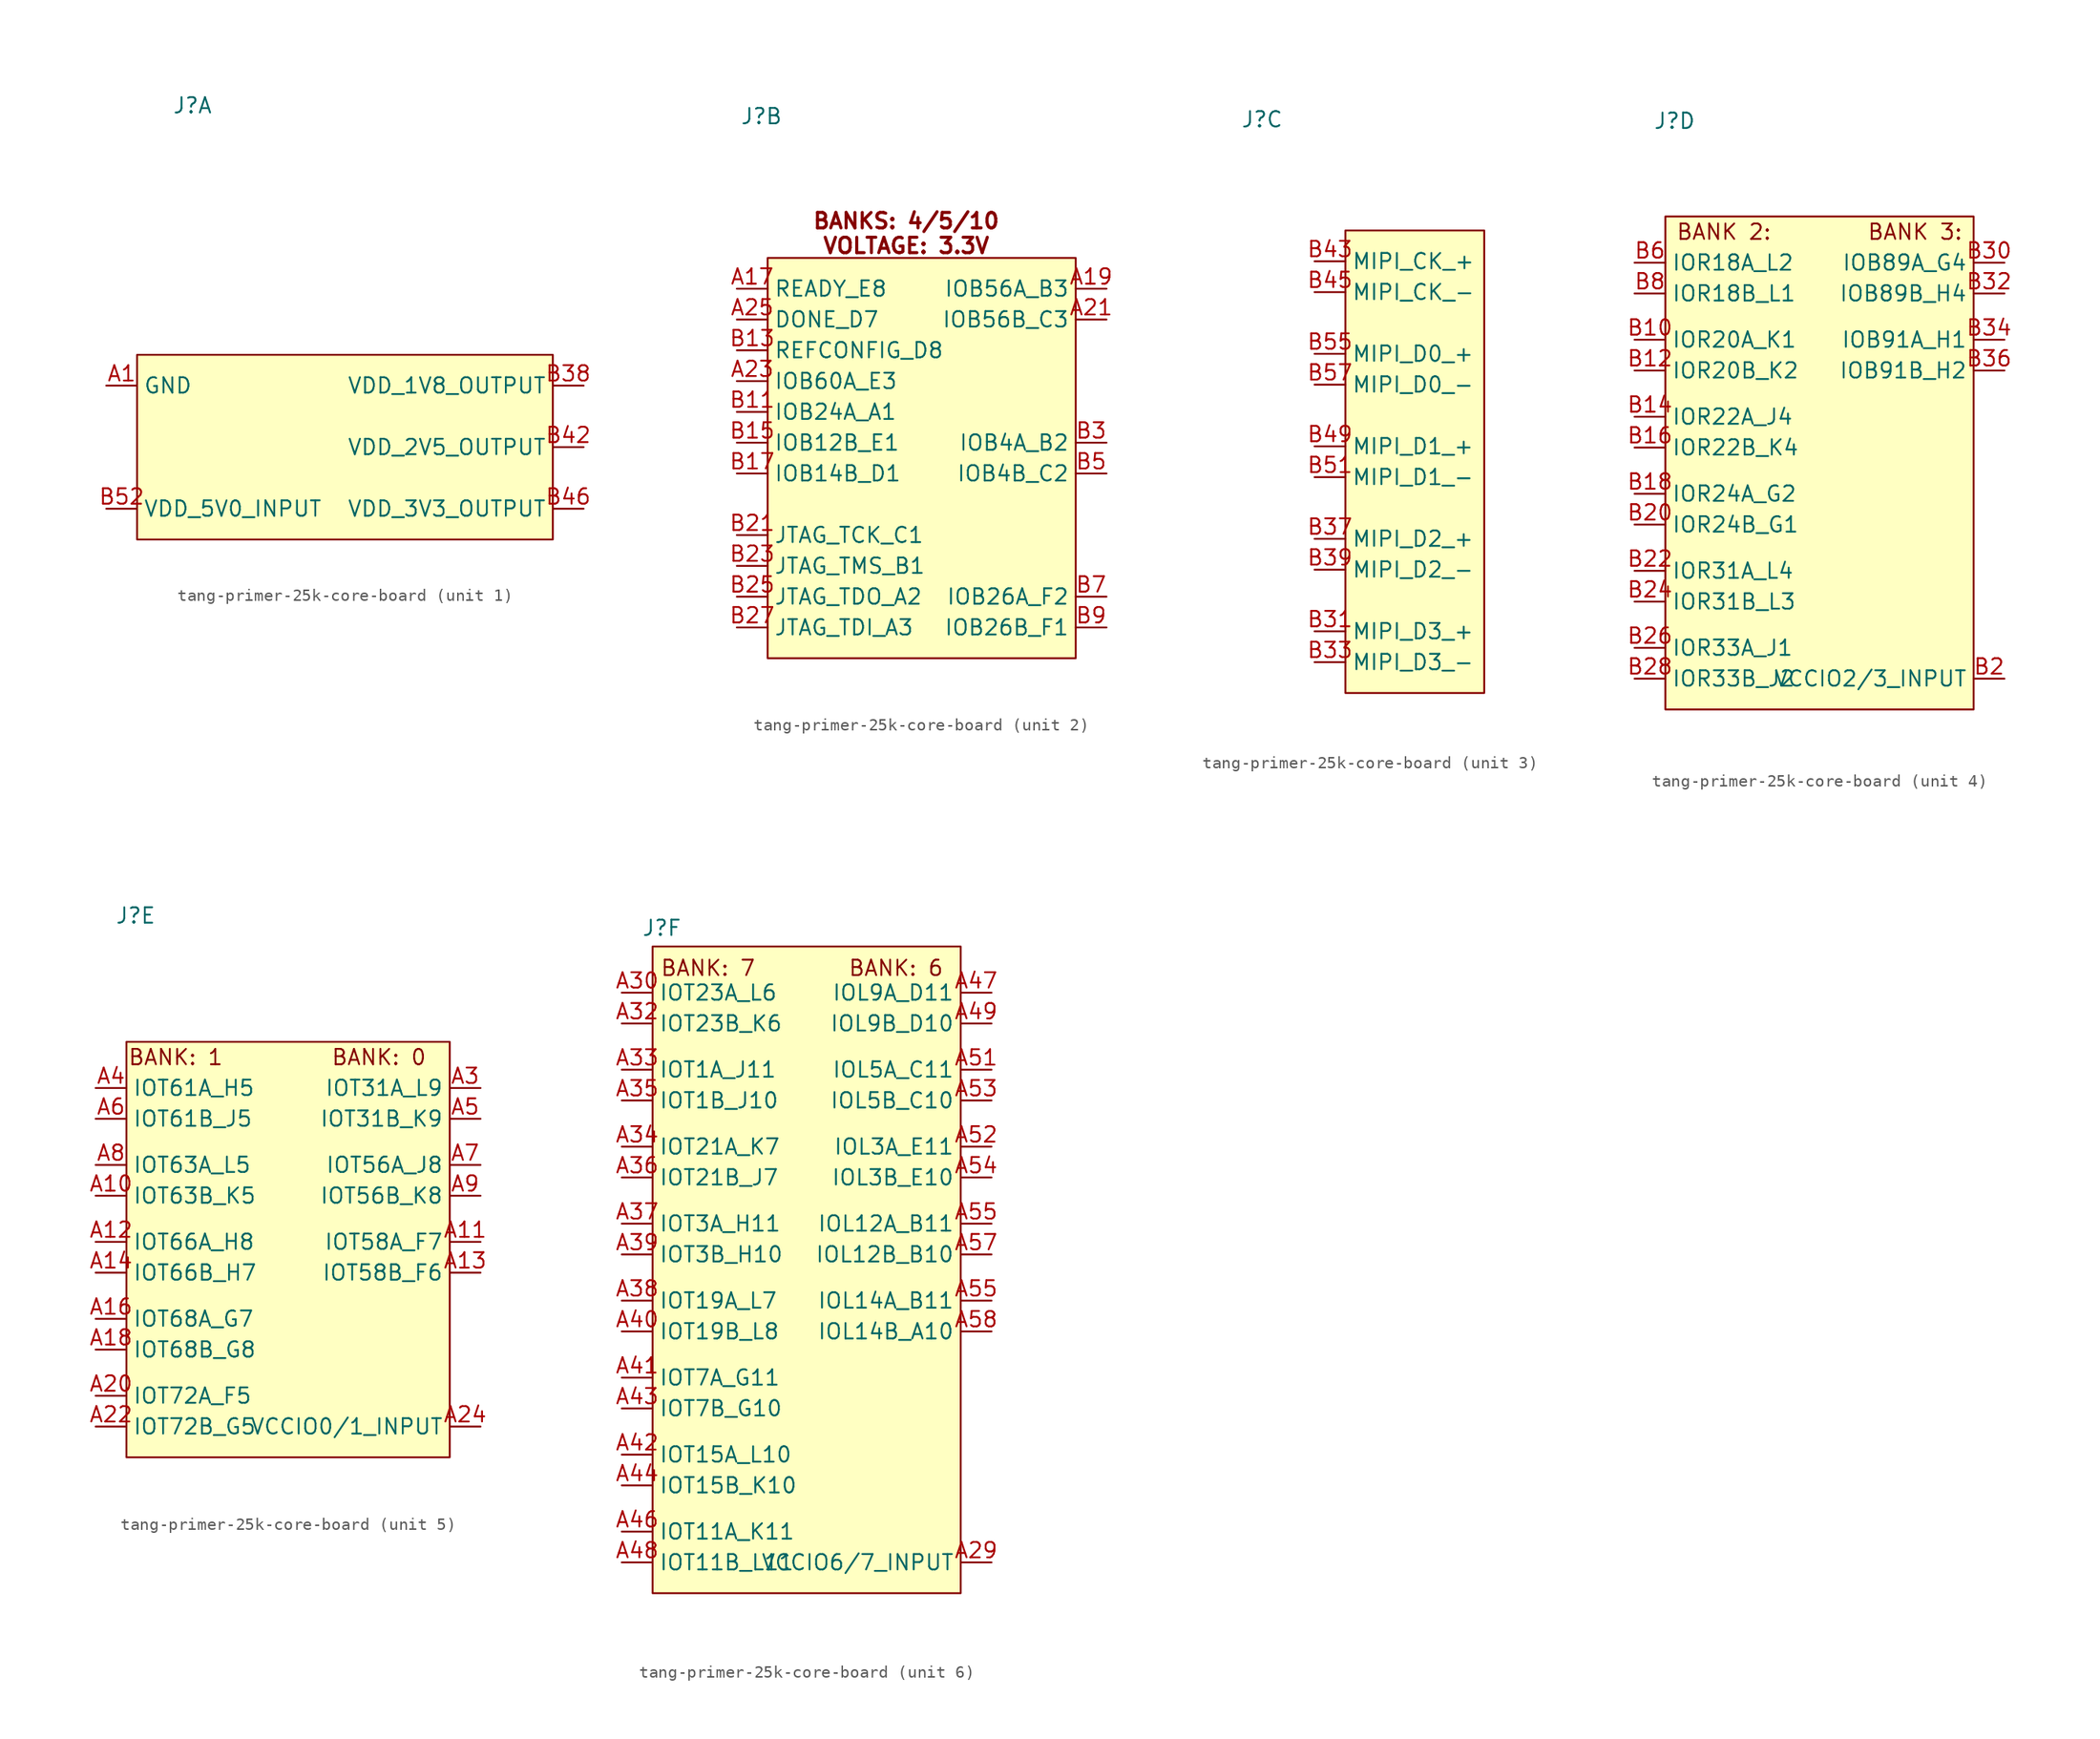
<source format=kicad_sym>
(kicad_symbol_lib
  (version 20241209)
  (generator "kicad_symbol_editor")
  (generator_version "9.0")
  (symbol "tang-primer-25k-core-board"
    (property "Reference" "J"
      (at -11.938 28.194 0)
      (effects (font (size 1.27 1.27))))
    (property "Value" ""
      (at 0 0 0)
      (effects (font (size 1.27 1.27))))
    (property "ki_locked" ""
      (at 0 0 0)
      (effects (font (size 1.27 1.27))))
    (symbol "tang-primer-25k-core-board_1_1"
      (rectangle (start -16.51 7.62) (end 17.78 -7.62) (stroke (width 0) (type solid)) (fill (type background)))
      (pin power_in line (at -19.05 5.08 0) (length 2.54) (name "GND" (effects (font (size 1.27 1.27)))) (number "A1" (effects (font (size 1.27 1.27)))))
      (pin power_in line (at -19.05 5.08 0) (length 2.54) (hide yes) (name "GND" (effects (font (size 1.27 1.27)))) (number "A15" (effects (font (size 1.27 1.27)))))
      (pin power_in line (at -19.05 5.08 0) (length 2.54) (hide yes) (name "GND" (effects (font (size 1.27 1.27)))) (number "A2" (effects (font (size 1.27 1.27)))))
      (pin power_in line (at -19.05 5.08 0) (length 2.54) (hide yes) (name "GND" (effects (font (size 1.27 1.27)))) (number "A27" (effects (font (size 1.27 1.27)))))
      (pin power_in line (at -19.05 5.08 0) (length 2.54) (hide yes) (name "GND" (effects (font (size 1.27 1.27)))) (number "A28" (effects (font (size 1.27 1.27)))))
      (pin power_in line (at -19.05 5.08 0) (length 2.54) (hide yes) (name "GND" (effects (font (size 1.27 1.27)))) (number "A45" (effects (font (size 1.27 1.27)))))
      (pin power_in line (at -19.05 5.08 0) (length 2.54) (hide yes) (name "GND" (effects (font (size 1.27 1.27)))) (number "A50" (effects (font (size 1.27 1.27)))))
      (pin power_in line (at -19.05 5.08 0) (length 2.54) (hide yes) (name "GND" (effects (font (size 1.27 1.27)))) (number "A59" (effects (font (size 1.27 1.27)))))
      (pin power_in line (at -19.05 5.08 0) (length 2.54) (hide yes) (name "GND" (effects (font (size 1.27 1.27)))) (number "A60" (effects (font (size 1.27 1.27)))))
      (pin power_in line (at -19.05 5.08 0) (length 2.54) (hide yes) (name "GND" (effects (font (size 1.27 1.27)))) (number "B1" (effects (font (size 1.27 1.27)))))
      (pin power_in line (at -19.05 5.08 0) (length 2.54) (hide yes) (name "GND" (effects (font (size 1.27 1.27)))) (number "B19" (effects (font (size 1.27 1.27)))))
      (pin power_in line (at -19.05 5.08 0) (length 2.54) (hide yes) (name "GND" (effects (font (size 1.27 1.27)))) (number "B29" (effects (font (size 1.27 1.27)))))
      (pin power_in line (at -19.05 5.08 0) (length 2.54) (hide yes) (name "GND" (effects (font (size 1.27 1.27)))) (number "B35" (effects (font (size 1.27 1.27)))))
      (pin power_in line (at -19.05 5.08 0) (length 2.54) (hide yes) (name "GND" (effects (font (size 1.27 1.27)))) (number "B41" (effects (font (size 1.27 1.27)))))
      (pin power_in line (at -19.05 5.08 0) (length 2.54) (hide yes) (name "GND" (effects (font (size 1.27 1.27)))) (number "B47" (effects (font (size 1.27 1.27)))))
      (pin power_in line (at -19.05 5.08 0) (length 2.54) (hide yes) (name "GND" (effects (font (size 1.27 1.27)))) (number "B53" (effects (font (size 1.27 1.27)))))
      (pin power_in line (at -19.05 5.08 0) (length 2.54) (hide yes) (name "GND" (effects (font (size 1.27 1.27)))) (number "B59" (effects (font (size 1.27 1.27)))))
      (pin power_in line (at -19.05 -5.08 0) (length 2.54) (name "VDD_5V0_INPUT" (effects (font (size 1.27 1.27)))) (number "B52" (effects (font (size 1.27 1.27)))))
      (pin power_in line (at -19.05 -5.08 0) (length 2.54) (hide yes) (name "VDD_5V0_INPUT" (effects (font (size 1.27 1.27)))) (number "B54" (effects (font (size 1.27 1.27)))))
      (pin power_in line (at -19.05 -5.08 0) (length 2.54) (hide yes) (name "VDD_5V0_INPUT" (effects (font (size 1.27 1.27)))) (number "B56" (effects (font (size 1.27 1.27)))))
      (pin power_in line (at -19.05 -5.08 0) (length 2.54) (hide yes) (name "VDD_5V0_INPUT" (effects (font (size 1.27 1.27)))) (number "B58" (effects (font (size 1.27 1.27)))))
      (pin power_in line (at -19.05 -5.08 0) (length 2.54) (hide yes) (name "VDD_5V0_INPUT" (effects (font (size 1.27 1.27)))) (number "B60" (effects (font (size 1.27 1.27)))))
      (pin power_out line (at 20.32 5.08 180) (length 2.54) (name "VDD_1V8_OUTPUT" (effects (font (size 1.27 1.27)))) (number "B38" (effects (font (size 1.27 1.27)))))
      (pin power_out line (at 20.32 5.08 180) (length 2.54) (hide yes) (name "VDD_1V8_OUTPUT" (effects (font (size 1.27 1.27)))) (number "B40" (effects (font (size 1.27 1.27)))))
      (pin power_out line (at 20.32 0 180) (length 2.54) (name "VDD_2V5_OUTPUT" (effects (font (size 1.27 1.27)))) (number "B42" (effects (font (size 1.27 1.27)))))
      (pin power_out line (at 20.32 0 180) (length 2.54) (hide yes) (name "VDD_2V5_OUTPUT" (effects (font (size 1.27 1.27)))) (number "B44" (effects (font (size 1.27 1.27)))))
      (pin power_out line (at 20.32 -5.08 180) (length 2.54) (name "VDD_3V3_OUTPUT" (effects (font (size 1.27 1.27)))) (number "B46" (effects (font (size 1.27 1.27)))))
      (pin power_out line (at 20.32 -5.08 180) (length 2.54) (hide yes) (name "VDD_3V3_OUTPUT" (effects (font (size 1.27 1.27)))) (number "B48" (effects (font (size 1.27 1.27)))))
      (pin power_out line (at 20.32 -5.08 180) (length 2.54) (hide yes) (name "VDD_3V3_OUTPUT" (effects (font (size 1.27 1.27)))) (number "B50" (effects (font (size 1.27 1.27))))))
    (symbol "tang-primer-25k-core-board_2_1"
      (rectangle (start -11.43 16.51) (end 13.97 -16.51) (stroke (width 0) (type solid)) (fill (type background)))
      (text "BANKS: 4/5/10\nVOLTAGE: 3.3V" (at 0 18.542 0) (effects (font (size 1.27 1.27) (thickness 0.254) (bold yes))))
      (pin bidirectional line (at -13.97 13.97 0) (length 2.54) (name "READY_E8" (effects (font (size 1.27 1.27)))) (number "A17" (effects (font (size 1.27 1.27)))))
      (pin bidirectional line (at -13.97 11.43 0) (length 2.54) (name "DONE_D7" (effects (font (size 1.27 1.27)))) (number "A25" (effects (font (size 1.27 1.27)))))
      (pin bidirectional line (at -13.97 8.89 0) (length 2.54) (name "REFCONFIG_D8" (effects (font (size 1.27 1.27)))) (number "B13" (effects (font (size 1.27 1.27)))))
      (pin bidirectional line (at -13.97 6.35 0) (length 2.54) (name "IOB60A_E3" (effects (font (size 1.27 1.27)))) (number "A23" (effects (font (size 1.27 1.27)))))
      (pin bidirectional line (at -13.97 3.81 0) (length 2.54) (name "IOB24A_A1" (effects (font (size 1.27 1.27)))) (number "B11" (effects (font (size 1.27 1.27)))))
      (pin bidirectional line (at -13.97 1.27 0) (length 2.54) (name "IOB12B_E1" (effects (font (size 1.27 1.27)))) (number "B15" (effects (font (size 1.27 1.27)))))
      (pin bidirectional line (at -13.97 -1.27 0) (length 2.54) (name "IOB14B_D1" (effects (font (size 1.27 1.27)))) (number "B17" (effects (font (size 1.27 1.27)))))
      (pin bidirectional line (at -13.97 -6.35 0) (length 2.54) (name "JTAG_TCK_C1" (effects (font (size 1.27 1.27)))) (number "B21" (effects (font (size 1.27 1.27)))))
      (pin bidirectional line (at -13.97 -8.89 0) (length 2.54) (name "JTAG_TMS_B1" (effects (font (size 1.27 1.27)))) (number "B23" (effects (font (size 1.27 1.27)))))
      (pin bidirectional line (at -13.97 -11.43 0) (length 2.54) (name "JTAG_TDO_A2" (effects (font (size 1.27 1.27)))) (number "B25" (effects (font (size 1.27 1.27)))))
      (pin bidirectional line (at -13.97 -13.97 0) (length 2.54) (name "JTAG_TDI_A3" (effects (font (size 1.27 1.27)))) (number "B27" (effects (font (size 1.27 1.27)))))
      (pin bidirectional line (at 16.51 13.97 180) (length 2.54) (name "IOB56A_B3" (effects (font (size 1.27 1.27)))) (number "A19" (effects (font (size 1.27 1.27)))))
      (pin bidirectional line (at 16.51 11.43 180) (length 2.54) (name "IOB56B_C3" (effects (font (size 1.27 1.27)))) (number "A21" (effects (font (size 1.27 1.27)))))
      (pin bidirectional line (at 16.51 1.27 180) (length 2.54) (name "IOB4A_B2" (effects (font (size 1.27 1.27)))) (number "B3" (effects (font (size 1.27 1.27)))))
      (pin bidirectional line (at 16.51 -1.27 180) (length 2.54) (name "IOB4B_C2" (effects (font (size 1.27 1.27)))) (number "B5" (effects (font (size 1.27 1.27)))))
      (pin bidirectional line (at 16.51 -11.43 180) (length 2.54) (name "IOB26A_F2" (effects (font (size 1.27 1.27)))) (number "B7" (effects (font (size 1.27 1.27)))))
      (pin bidirectional line (at 16.51 -13.97 180) (length 2.54) (name "IOB26B_F1" (effects (font (size 1.27 1.27)))) (number "B9" (effects (font (size 1.27 1.27))))))
    (symbol "tang-primer-25k-core-board_3_1"
      (rectangle (start -5.08 19.05) (end 6.35 -19.05) (stroke (width 0) (type solid)) (fill (type background)))
      (pin bidirectional line (at -7.62 16.51 0) (length 2.54) (name "MIPI_CK_+" (effects (font (size 1.27 1.27)))) (number "B43" (effects (font (size 1.27 1.27)))))
      (pin bidirectional line (at -7.62 13.97 0) (length 2.54) (name "MIPI_CK_-" (effects (font (size 1.27 1.27)))) (number "B45" (effects (font (size 1.27 1.27)))))
      (pin bidirectional line (at -7.62 8.89 0) (length 2.54) (name "MIPI_D0_+" (effects (font (size 1.27 1.27)))) (number "B55" (effects (font (size 1.27 1.27)))))
      (pin bidirectional line (at -7.62 6.35 0) (length 2.54) (name "MIPI_D0_-" (effects (font (size 1.27 1.27)))) (number "B57" (effects (font (size 1.27 1.27)))))
      (pin bidirectional line (at -7.62 1.27 0) (length 2.54) (name "MIPI_D1_+" (effects (font (size 1.27 1.27)))) (number "B49" (effects (font (size 1.27 1.27)))))
      (pin bidirectional line (at -7.62 -1.27 0) (length 2.54) (name "MIPI_D1_-" (effects (font (size 1.27 1.27)))) (number "B51" (effects (font (size 1.27 1.27)))))
      (pin bidirectional line (at -7.62 -6.35 0) (length 2.54) (name "MIPI_D2_+" (effects (font (size 1.27 1.27)))) (number "B37" (effects (font (size 1.27 1.27)))))
      (pin bidirectional line (at -7.62 -8.89 0) (length 2.54) (name "MIPI_D2_-" (effects (font (size 1.27 1.27)))) (number "B39" (effects (font (size 1.27 1.27)))))
      (pin bidirectional line (at -7.62 -13.97 0) (length 2.54) (name "MIPI_D3_+" (effects (font (size 1.27 1.27)))) (number "B31" (effects (font (size 1.27 1.27)))))
      (pin bidirectional line (at -7.62 -16.51 0) (length 2.54) (name "MIPI_D3_-" (effects (font (size 1.27 1.27)))) (number "B33" (effects (font (size 1.27 1.27))))))
    (symbol "tang-primer-25k-core-board_4_1"
      (rectangle (start -12.7 20.32) (end 12.7 -20.32) (stroke (width 0) (type solid)) (fill (type background)))
      (text "BANK 2:" (at -7.874 19.05 0) (effects (font (size 1.27 1.27))))
      (text "BANK 3:" (at 7.874 19.05 0) (effects (font (size 1.27 1.27))))
      (pin bidirectional line (at -15.24 16.51 0) (length 2.54) (name "IOR18A_L2" (effects (font (size 1.27 1.27)))) (number "B6" (effects (font (size 1.27 1.27)))))
      (pin bidirectional line (at -15.24 13.97 0) (length 2.54) (name "IOR18B_L1" (effects (font (size 1.27 1.27)))) (number "B8" (effects (font (size 1.27 1.27)))))
      (pin bidirectional line (at -15.24 10.16 0) (length 2.54) (name "IOR20A_K1" (effects (font (size 1.27 1.27)))) (number "B10" (effects (font (size 1.27 1.27)))))
      (pin bidirectional line (at -15.24 7.62 0) (length 2.54) (name "IOR20B_K2" (effects (font (size 1.27 1.27)))) (number "B12" (effects (font (size 1.27 1.27)))))
      (pin bidirectional line (at -15.24 3.81 0) (length 2.54) (name "IOR22A_J4" (effects (font (size 1.27 1.27)))) (number "B14" (effects (font (size 1.27 1.27)))))
      (pin bidirectional line (at -15.24 1.27 0) (length 2.54) (name "IOR22B_K4" (effects (font (size 1.27 1.27)))) (number "B16" (effects (font (size 1.27 1.27)))))
      (pin bidirectional line (at -15.24 -2.54 0) (length 2.54) (name "IOR24A_G2" (effects (font (size 1.27 1.27)))) (number "B18" (effects (font (size 1.27 1.27)))))
      (pin bidirectional line (at -15.24 -5.08 0) (length 2.54) (name "IOR24B_G1" (effects (font (size 1.27 1.27)))) (number "B20" (effects (font (size 1.27 1.27)))))
      (pin bidirectional line (at -15.24 -8.89 0) (length 2.54) (name "IOR31A_L4" (effects (font (size 1.27 1.27)))) (number "B22" (effects (font (size 1.27 1.27)))))
      (pin bidirectional line (at -15.24 -11.43 0) (length 2.54) (name "IOR31B_L3" (effects (font (size 1.27 1.27)))) (number "B24" (effects (font (size 1.27 1.27)))))
      (pin bidirectional line (at -15.24 -15.24 0) (length 2.54) (name "IOR33A_J1" (effects (font (size 1.27 1.27)))) (number "B26" (effects (font (size 1.27 1.27)))))
      (pin bidirectional line (at -15.24 -17.78 0) (length 2.54) (name "IOR33B_J2" (effects (font (size 1.27 1.27)))) (number "B28" (effects (font (size 1.27 1.27)))))
      (pin bidirectional line (at 15.24 16.51 180) (length 2.54) (name "IOB89A_G4" (effects (font (size 1.27 1.27)))) (number "B30" (effects (font (size 1.27 1.27)))))
      (pin bidirectional line (at 15.24 13.97 180) (length 2.54) (name "IOB89B_H4" (effects (font (size 1.27 1.27)))) (number "B32" (effects (font (size 1.27 1.27)))))
      (pin bidirectional line (at 15.24 10.16 180) (length 2.54) (name "IOB91A_H1" (effects (font (size 1.27 1.27)))) (number "B34" (effects (font (size 1.27 1.27)))))
      (pin bidirectional line (at 15.24 7.62 180) (length 2.54) (name "IOB91B_H2" (effects (font (size 1.27 1.27)))) (number "B36" (effects (font (size 1.27 1.27)))))
      (pin power_in line (at 15.24 -17.78 180) (length 2.54) (name "VCCIO2/3_INPUT" (effects (font (size 1.27 1.27)))) (number "B2" (effects (font (size 1.27 1.27)))))
      (pin power_in line (at 15.24 -17.78 180) (length 2.54) (hide yes) (name "VCCIO2/3_INPUT" (effects (font (size 1.27 1.27)))) (number "B4" (effects (font (size 1.27 1.27))))))
    (symbol "tang-primer-25k-core-board_5_1"
      (rectangle (start -12.7 17.78) (end 13.97 -16.51) (stroke (width 0) (type solid)) (fill (type background)))
      (text "BANK: 1" (at -8.636 16.51 0) (effects (font (size 1.27 1.27))))
      (text "BANK: 0" (at 8.128 16.51 0) (effects (font (size 1.27 1.27))))
      (pin bidirectional line (at -15.24 13.97 0) (length 2.54) (name "IOT61A_H5" (effects (font (size 1.27 1.27)))) (number "A4" (effects (font (size 1.27 1.27)))))
      (pin bidirectional line (at -15.24 11.43 0) (length 2.54) (name "IOT61B_J5" (effects (font (size 1.27 1.27)))) (number "A6" (effects (font (size 1.27 1.27)))))
      (pin bidirectional line (at -15.24 7.62 0) (length 2.54) (name "IOT63A_L5" (effects (font (size 1.27 1.27)))) (number "A8" (effects (font (size 1.27 1.27)))))
      (pin bidirectional line (at -15.24 5.08 0) (length 2.54) (name "IOT63B_K5" (effects (font (size 1.27 1.27)))) (number "A10" (effects (font (size 1.27 1.27)))))
      (pin bidirectional line (at -15.24 1.27 0) (length 2.54) (name "IOT66A_H8" (effects (font (size 1.27 1.27)))) (number "A12" (effects (font (size 1.27 1.27)))))
      (pin bidirectional line (at -15.24 -1.27 0) (length 2.54) (name "IOT66B_H7" (effects (font (size 1.27 1.27)))) (number "A14" (effects (font (size 1.27 1.27)))))
      (pin bidirectional line (at -15.24 -5.08 0) (length 2.54) (name "IOT68A_G7" (effects (font (size 1.27 1.27)))) (number "A16" (effects (font (size 1.27 1.27)))))
      (pin bidirectional line (at -15.24 -7.62 0) (length 2.54) (name "IOT68B_G8" (effects (font (size 1.27 1.27)))) (number "A18" (effects (font (size 1.27 1.27)))))
      (pin bidirectional line (at -15.24 -11.43 0) (length 2.54) (name "IOT72A_F5" (effects (font (size 1.27 1.27)))) (number "A20" (effects (font (size 1.27 1.27)))))
      (pin bidirectional line (at -15.24 -13.97 0) (length 2.54) (name "IOT72B_G5" (effects (font (size 1.27 1.27)))) (number "A22" (effects (font (size 1.27 1.27)))))
      (pin bidirectional line (at 16.51 13.97 180) (length 2.54) (name "IOT31A_L9" (effects (font (size 1.27 1.27)))) (number "A3" (effects (font (size 1.27 1.27)))))
      (pin bidirectional line (at 16.51 11.43 180) (length 2.54) (name "IOT31B_K9" (effects (font (size 1.27 1.27)))) (number "A5" (effects (font (size 1.27 1.27)))))
      (pin bidirectional line (at 16.51 7.62 180) (length 2.54) (name "IOT56A_J8" (effects (font (size 1.27 1.27)))) (number "A7" (effects (font (size 1.27 1.27)))))
      (pin bidirectional line (at 16.51 5.08 180) (length 2.54) (name "IOT56B_K8" (effects (font (size 1.27 1.27)))) (number "A9" (effects (font (size 1.27 1.27)))))
      (pin bidirectional line (at 16.51 1.27 180) (length 2.54) (name "IOT58A_F7" (effects (font (size 1.27 1.27)))) (number "A11" (effects (font (size 1.27 1.27)))))
      (pin bidirectional line (at 16.51 -1.27 180) (length 2.54) (name "IOT58B_F6" (effects (font (size 1.27 1.27)))) (number "A13" (effects (font (size 1.27 1.27)))))
      (pin power_in line (at 16.51 -13.97 180) (length 2.54) (name "VCCIO0/1_INPUT" (effects (font (size 1.27 1.27)))) (number "A24" (effects (font (size 1.27 1.27)))))
      (pin power_in line (at 16.51 -13.97 180) (length 2.54) (hide yes) (name "VCCIO0/1_INPUT" (effects (font (size 1.27 1.27)))) (number "A26" (effects (font (size 1.27 1.27))))))
    (symbol "tang-primer-25k-core-board_6_1"
      (rectangle (start -12.7 26.67) (end 12.7 -26.67) (stroke (width 0) (type solid)) (fill (type background)))
      (text "BANK: 7" (at -8.128 24.892 0) (effects (font (size 1.27 1.27))))
      (text "BANK: 6" (at 7.366 24.892 0) (effects (font (size 1.27 1.27))))
      (pin bidirectional line (at -15.24 22.86 0) (length 2.54) (name "IOT23A_L6" (effects (font (size 1.27 1.27)))) (number "A30" (effects (font (size 1.27 1.27)))))
      (pin bidirectional line (at -15.24 20.32 0) (length 2.54) (name "IOT23B_K6" (effects (font (size 1.27 1.27)))) (number "A32" (effects (font (size 1.27 1.27)))))
      (pin bidirectional line (at -15.24 16.51 0) (length 2.54) (name "IOT1A_J11" (effects (font (size 1.27 1.27)))) (number "A33" (effects (font (size 1.27 1.27)))))
      (pin bidirectional line (at -15.24 13.97 0) (length 2.54) (name "IOT1B_J10" (effects (font (size 1.27 1.27)))) (number "A35" (effects (font (size 1.27 1.27)))))
      (pin bidirectional line (at -15.24 10.16 0) (length 2.54) (name "IOT21A_K7" (effects (font (size 1.27 1.27)))) (number "A34" (effects (font (size 1.27 1.27)))))
      (pin bidirectional line (at -15.24 7.62 0) (length 2.54) (name "IOT21B_J7" (effects (font (size 1.27 1.27)))) (number "A36" (effects (font (size 1.27 1.27)))))
      (pin bidirectional line (at -15.24 3.81 0) (length 2.54) (name "IOT3A_H11" (effects (font (size 1.27 1.27)))) (number "A37" (effects (font (size 1.27 1.27)))))
      (pin bidirectional line (at -15.24 1.27 0) (length 2.54) (name "IOT3B_H10" (effects (font (size 1.27 1.27)))) (number "A39" (effects (font (size 1.27 1.27)))))
      (pin bidirectional line (at -15.24 -2.54 0) (length 2.54) (name "IOT19A_L7" (effects (font (size 1.27 1.27)))) (number "A38" (effects (font (size 1.27 1.27)))))
      (pin bidirectional line (at -15.24 -5.08 0) (length 2.54) (name "IOT19B_L8" (effects (font (size 1.27 1.27)))) (number "A40" (effects (font (size 1.27 1.27)))))
      (pin bidirectional line (at -15.24 -8.89 0) (length 2.54) (name "IOT7A_G11" (effects (font (size 1.27 1.27)))) (number "A41" (effects (font (size 1.27 1.27)))))
      (pin bidirectional line (at -15.24 -11.43 0) (length 2.54) (name "IOT7B_G10" (effects (font (size 1.27 1.27)))) (number "A43" (effects (font (size 1.27 1.27)))))
      (pin bidirectional line (at -15.24 -15.24 0) (length 2.54) (name "IOT15A_L10" (effects (font (size 1.27 1.27)))) (number "A42" (effects (font (size 1.27 1.27)))))
      (pin bidirectional line (at -15.24 -17.78 0) (length 2.54) (name "IOT15B_K10" (effects (font (size 1.27 1.27)))) (number "A44" (effects (font (size 1.27 1.27)))))
      (pin bidirectional line (at -15.24 -21.59 0) (length 2.54) (name "IOT11A_K11" (effects (font (size 1.27 1.27)))) (number "A46" (effects (font (size 1.27 1.27)))))
      (pin bidirectional line (at -15.24 -24.13 0) (length 2.54) (name "IOT11B_L11" (effects (font (size 1.27 1.27)))) (number "A48" (effects (font (size 1.27 1.27)))))
      (pin bidirectional line (at 15.24 22.86 180) (length 2.54) (name "IOL9A_D11" (effects (font (size 1.27 1.27)))) (number "A47" (effects (font (size 1.27 1.27)))))
      (pin bidirectional line (at 15.24 20.32 180) (length 2.54) (name "IOL9B_D10" (effects (font (size 1.27 1.27)))) (number "A49" (effects (font (size 1.27 1.27)))))
      (pin bidirectional line (at 15.24 16.51 180) (length 2.54) (name "IOL5A_C11" (effects (font (size 1.27 1.27)))) (number "A51" (effects (font (size 1.27 1.27)))))
      (pin bidirectional line (at 15.24 13.97 180) (length 2.54) (name "IOL5B_C10" (effects (font (size 1.27 1.27)))) (number "A53" (effects (font (size 1.27 1.27)))))
      (pin bidirectional line (at 15.24 10.16 180) (length 2.54) (name "IOL3A_E11" (effects (font (size 1.27 1.27)))) (number "A52" (effects (font (size 1.27 1.27)))))
      (pin bidirectional line (at 15.24 7.62 180) (length 2.54) (name "IOL3B_E10" (effects (font (size 1.27 1.27)))) (number "A54" (effects (font (size 1.27 1.27)))))
      (pin bidirectional line (at 15.24 3.81 180) (length 2.54) (name "IOL12A_B11" (effects (font (size 1.27 1.27)))) (number "A55" (effects (font (size 1.27 1.27)))))
      (pin bidirectional line (at 15.24 1.27 180) (length 2.54) (name "IOL12B_B10" (effects (font (size 1.27 1.27)))) (number "A57" (effects (font (size 1.27 1.27)))))
      (pin bidirectional line (at 15.24 -2.54 180) (length 2.54) (name "IOL14A_B11" (effects (font (size 1.27 1.27)))) (number "A55" (effects (font (size 1.27 1.27)))))
      (pin bidirectional line (at 15.24 -5.08 180) (length 2.54) (name "IOL14B_A10" (effects (font (size 1.27 1.27)))) (number "A58" (effects (font (size 1.27 1.27)))))
      (pin power_in line (at 15.24 -24.13 180) (length 2.54) (name "VCCIO6/7_INPUT" (effects (font (size 1.27 1.27)))) (number "A29" (effects (font (size 1.27 1.27)))))
      (pin power_in line (at 15.24 -24.13 180) (length 2.54) (hide yes) (name "VCCIO6/7_INPUT" (effects (font (size 1.27 1.27)))) (number "A29" (effects (font (size 1.27 1.27))))))))
</source>
